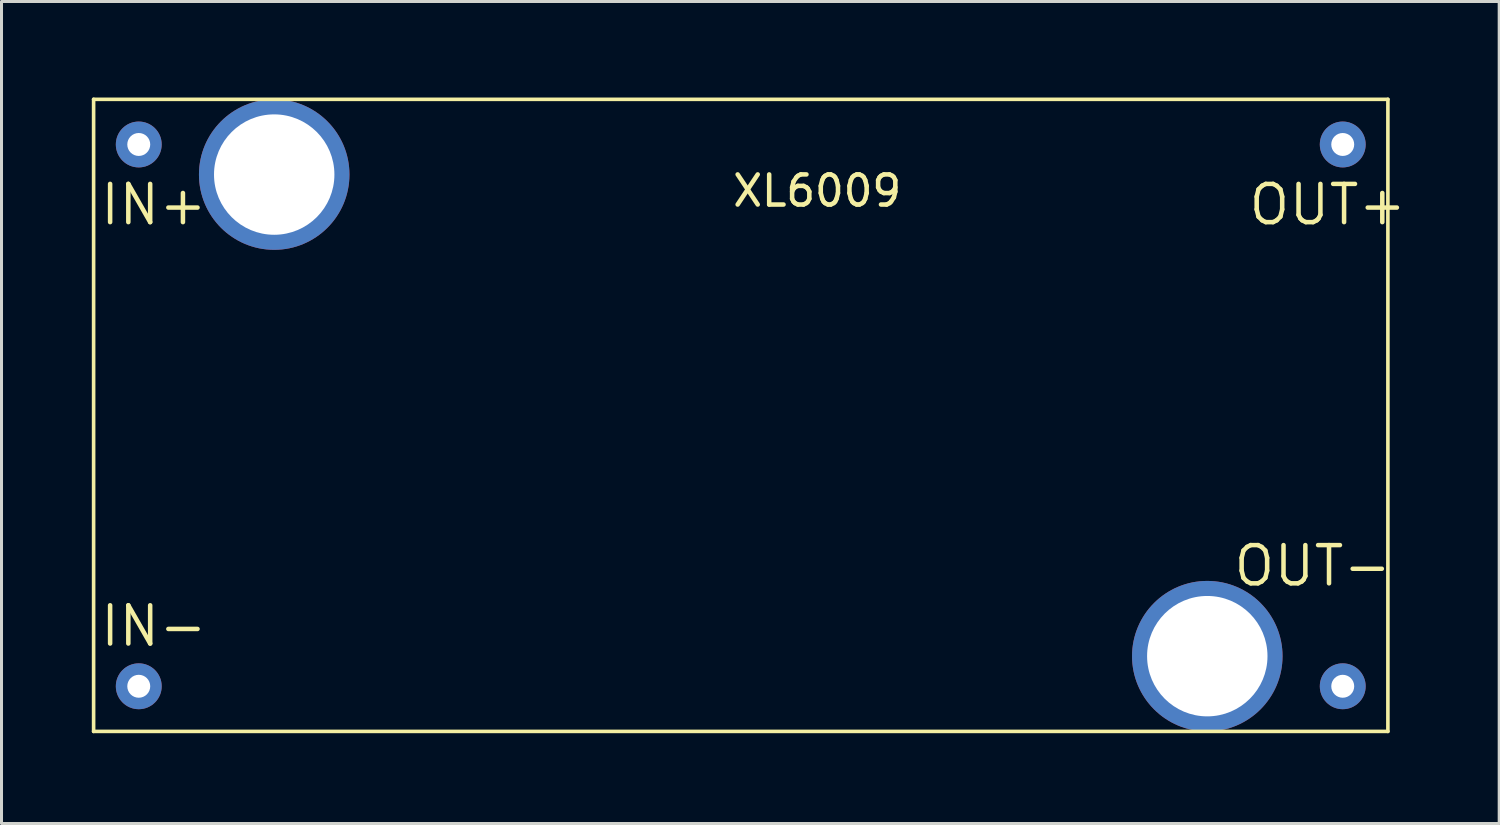
<source format=kicad_pcb>
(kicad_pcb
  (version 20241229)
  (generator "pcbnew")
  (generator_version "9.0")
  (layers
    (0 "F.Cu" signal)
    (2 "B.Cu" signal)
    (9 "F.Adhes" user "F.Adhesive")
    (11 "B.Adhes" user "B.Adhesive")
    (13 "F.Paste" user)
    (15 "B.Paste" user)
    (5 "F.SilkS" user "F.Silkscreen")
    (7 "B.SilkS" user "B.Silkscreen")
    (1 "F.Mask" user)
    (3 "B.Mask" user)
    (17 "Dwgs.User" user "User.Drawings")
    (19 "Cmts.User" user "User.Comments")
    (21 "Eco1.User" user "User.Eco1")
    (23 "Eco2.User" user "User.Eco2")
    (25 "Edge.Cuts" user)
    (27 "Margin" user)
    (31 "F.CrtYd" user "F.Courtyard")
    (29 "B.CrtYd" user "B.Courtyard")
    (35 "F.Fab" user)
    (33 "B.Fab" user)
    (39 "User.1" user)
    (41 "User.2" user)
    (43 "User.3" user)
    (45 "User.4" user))
  (footprint "XL6009"
    (layer "F.Cu")
    (at 21.56 0.25)
    (property "Reference" "XL6009" (at 2.54 3.04 0) (layer "F.SilkS") (effects (font (size 1 1) (thickness 0.15))))
    (attr through_hole)
    (fp_line (start -21.5 0) (end -21.5 21) (stroke (width 0.12) (type solid)) (layer "F.SilkS"))
    (fp_line (start -21.5 21) (end 21.5 21) (stroke (width 0.12) (type solid)) (layer "F.SilkS"))
    (fp_line (start 21.5 0) (end -21.5 0) (stroke (width 0.12) (type solid)) (layer "F.SilkS"))
    (fp_line (start 21.5 21) (end 21.5 0) (stroke (width 0.12) (type solid)) (layer "F.SilkS"))
    (fp_text user "OUT+" (at 19.5 3.5 0) (layer "F.SilkS") (effects (font (size 1.27 1.27) (thickness 0.15))))
    (fp_text user "OUT-" (at 19 15.5 0) (layer "F.SilkS") (effects (font (size 1.27 1.27) (thickness 0.15))))
    (fp_text user "IN-" (at -19.5 17.5 0) (layer "F.SilkS") (effects (font (size 1.27 1.27) (thickness 0.15))))
    (fp_text user "IN+" (at -19.5 3.5 0) (layer "F.SilkS") (effects (font (size 1.27 1.27) (thickness 0.15))))
    (pad "1" thru_hole circle (at -15.5 2.5) (size 5 5) (drill 4) (layers "*.Cu" "*.Mask"))
    (pad "2" thru_hole circle (at 15.5 18.5) (size 5 5) (drill 4) (layers "*.Cu" "*.Mask"))
    (pad "2" thru_hole circle (at 20 1.5) (size 1.524 1.524) (drill 0.762) (layers "*.Cu" "*.Mask"))
    (pad "3" thru_hole circle (at 20 19.5) (size 1.524 1.524) (drill 0.762) (layers "*.Cu" "*.Mask"))
    (pad "4" thru_hole circle (at -20 1.5) (size 1.524 1.524) (drill 0.762) (layers "*.Cu" "*.Mask"))
    (pad "5" thru_hole circle (at -20 19.5) (size 1.524 1.524) (drill 0.762) (layers "*.Cu" "*.Mask")))
  (gr_rect
    (start -3 -3)
    (end 46.758 24.31)
    (stroke (width 0.1) (type default))
    (fill no)
    (layer "Edge.Cuts")))
</source>
